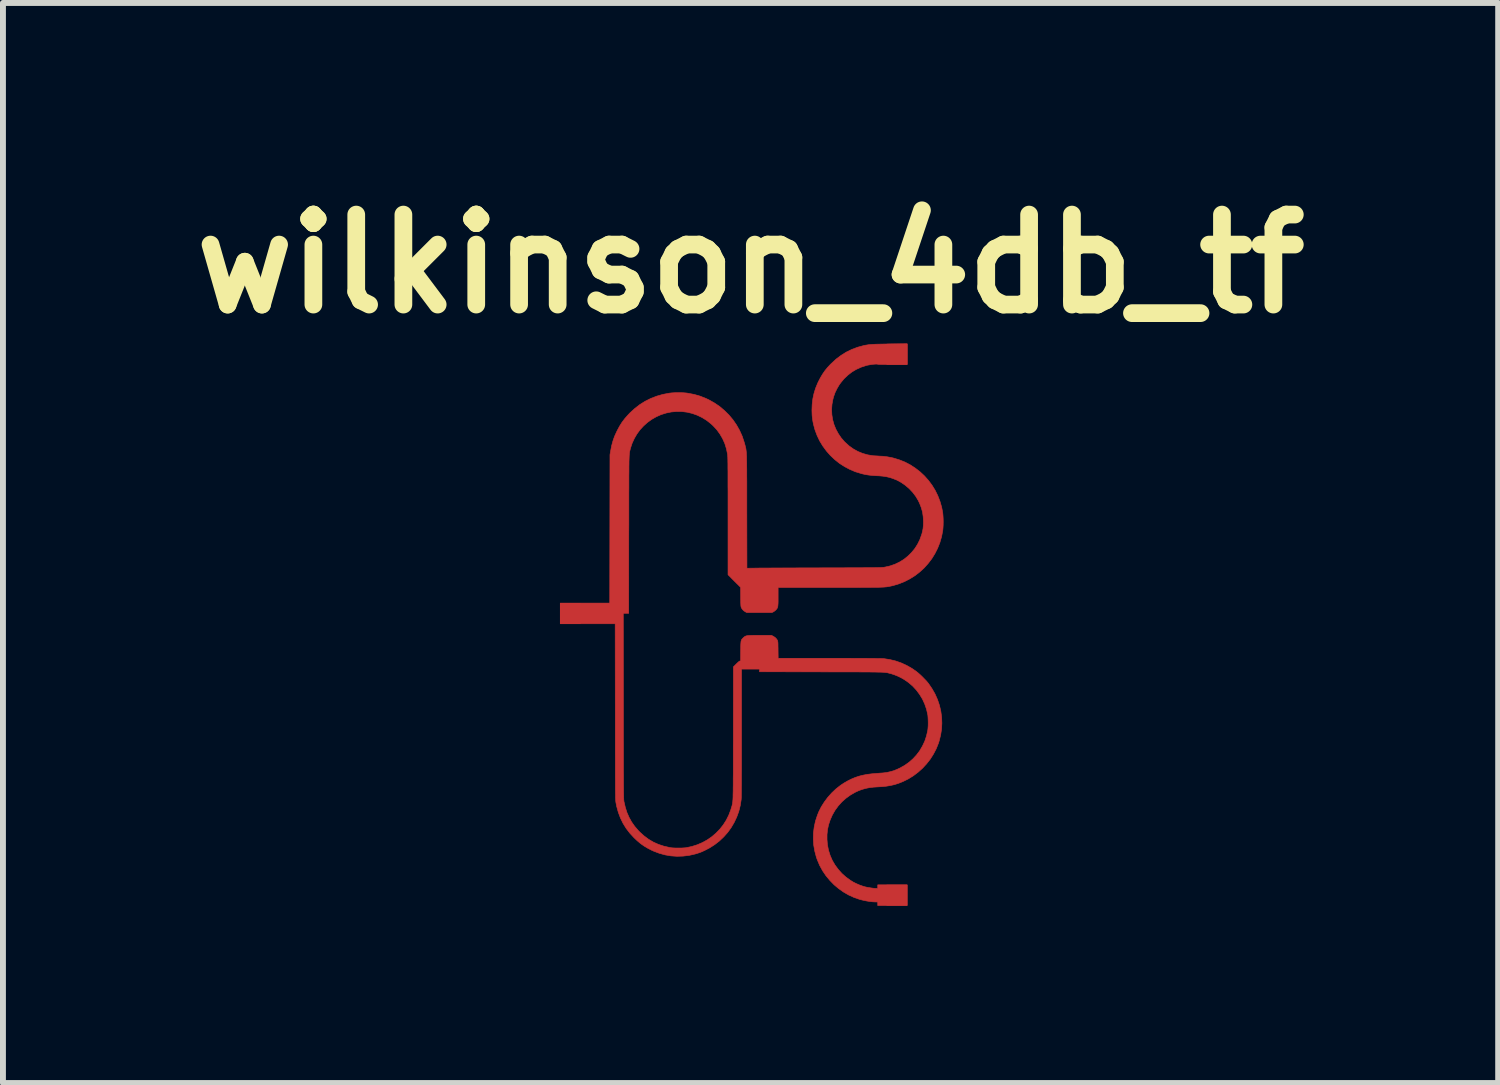
<source format=kicad_pcb>
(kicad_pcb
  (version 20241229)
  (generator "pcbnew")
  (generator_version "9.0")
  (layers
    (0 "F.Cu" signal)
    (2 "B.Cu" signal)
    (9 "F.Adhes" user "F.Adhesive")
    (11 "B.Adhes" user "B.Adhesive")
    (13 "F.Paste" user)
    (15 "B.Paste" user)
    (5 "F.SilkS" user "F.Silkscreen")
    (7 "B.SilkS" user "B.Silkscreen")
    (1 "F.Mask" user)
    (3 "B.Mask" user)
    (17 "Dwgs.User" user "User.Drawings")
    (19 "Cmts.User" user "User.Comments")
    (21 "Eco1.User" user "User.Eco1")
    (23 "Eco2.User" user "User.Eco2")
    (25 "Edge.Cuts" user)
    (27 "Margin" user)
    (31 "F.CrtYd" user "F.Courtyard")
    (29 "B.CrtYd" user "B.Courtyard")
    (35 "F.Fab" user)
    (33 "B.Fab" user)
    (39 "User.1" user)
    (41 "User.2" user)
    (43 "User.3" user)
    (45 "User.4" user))
  (footprint "wilkinson_4db_tf"
    (layer "F.Cu")
    (at 9.674 7.528)
    (property "Reference" "wilkinson_4db_tf" (at -0.015 -6.11 0) (layer "F.SilkS") (effects (font (size 1.524 1.524) (thickness 0.3))))
    (attr through_hole)
    (fp_poly (pts (xy 2.637 -4.405) (xy 2.388 -4.405) (xy 2.323 -4.405) (xy 2.268 -4.406) (xy 2.222 -4.406) (xy 2.186 -4.407) (xy 2.159 -4.408) (xy 2.143 -4.409) (xy 2.137 -4.41) (xy 2.137 -4.41) (xy 2.13 -4.413) (xy 2.115 -4.413) (xy 2.094 -4.412) (xy 2.068 -4.41) (xy 2.04 -4.407) (xy 2.01 -4.402) (xy 1.982 -4.397) (xy 1.956 -4.392) (xy 1.946 -4.389) (xy 1.859 -4.361) (xy 1.777 -4.324) (xy 1.701 -4.279) (xy 1.632 -4.225) (xy 1.568 -4.164) (xy 1.511 -4.095) (xy 1.486 -4.06) (xy 1.448 -3.995) (xy 1.417 -3.931) (xy 1.393 -3.864) (xy 1.38 -3.816) (xy 1.364 -3.729) (xy 1.358 -3.643) (xy 1.362 -3.557) (xy 1.375 -3.473) (xy 1.398 -3.39) (xy 1.43 -3.311) (xy 1.471 -3.235) (xy 1.52 -3.163) (xy 1.578 -3.096) (xy 1.588 -3.087) (xy 1.655 -3.026) (xy 1.727 -2.975) (xy 1.803 -2.933) (xy 1.884 -2.9) (xy 1.969 -2.876) (xy 2.058 -2.861) (xy 2.151 -2.856) (xy 2.156 -2.855) (xy 2.225 -2.852) (xy 2.299 -2.843) (xy 2.375 -2.829) (xy 2.404 -2.822) (xy 2.503 -2.792) (xy 2.599 -2.754) (xy 2.689 -2.707) (xy 2.775 -2.651) (xy 2.855 -2.589) (xy 2.929 -2.52) (xy 2.997 -2.444) (xy 3.058 -2.362) (xy 3.111 -2.276) (xy 3.156 -2.184) (xy 3.193 -2.088) (xy 3.222 -1.988) (xy 3.24 -1.892) (xy 3.244 -1.847) (xy 3.247 -1.796) (xy 3.248 -1.742) (xy 3.247 -1.687) (xy 3.244 -1.636) (xy 3.24 -1.594) (xy 3.22 -1.49) (xy 3.191 -1.39) (xy 3.153 -1.294) (xy 3.107 -1.203) (xy 3.054 -1.117) (xy 2.992 -1.036) (xy 2.924 -0.96) (xy 2.849 -0.892) (xy 2.769 -0.83) (xy 2.682 -0.776) (xy 2.591 -0.729) (xy 2.495 -0.691) (xy 2.395 -0.661) (xy 2.333 -0.648) (xy 2.321 -0.646) (xy 2.309 -0.644) (xy 2.296 -0.642) (xy 2.282 -0.64) (xy 2.267 -0.639) (xy 2.25 -0.637) (xy 2.23 -0.636) (xy 2.207 -0.635) (xy 2.181 -0.634) (xy 2.151 -0.633) (xy 2.116 -0.633) (xy 2.077 -0.632) (xy 2.032 -0.632) (xy 1.982 -0.631) (xy 1.925 -0.631) (xy 1.861 -0.631) (xy 1.79 -0.63) (xy 1.711 -0.63) (xy 1.624 -0.63) (xy 1.529 -0.63) (xy 1.423 -0.63) (xy 1.321 -0.63) (xy 0.452 -0.63) (xy 0.452 -0.476) (xy 0.452 -0.428) (xy 0.452 -0.388) (xy 0.451 -0.357) (xy 0.449 -0.332) (xy 0.447 -0.312) (xy 0.443 -0.296) (xy 0.439 -0.283) (xy 0.432 -0.272) (xy 0.424 -0.262) (xy 0.417 -0.253) (xy 0.401 -0.238) (xy 0.382 -0.224) (xy 0.373 -0.218) (xy 0.348 -0.206) (xy -0.079 -0.206) (xy -0.103 -0.218) (xy -0.134 -0.239) (xy -0.158 -0.267) (xy -0.169 -0.285) (xy -0.172 -0.291) (xy -0.174 -0.298) (xy -0.176 -0.305) (xy -0.178 -0.316) (xy -0.179 -0.329) (xy -0.18 -0.348) (xy -0.181 -0.372) (xy -0.181 -0.403) (xy -0.182 -0.443) (xy -0.182 -0.47) (xy -0.183 -0.633) (xy -0.29 -0.739) (xy -0.396 -0.846) (xy -0.396 -1.839) (xy -0.396 -1.958) (xy -0.396 -2.068) (xy -0.396 -2.169) (xy -0.396 -2.261) (xy -0.397 -2.344) (xy -0.397 -2.42) (xy -0.397 -2.488) (xy -0.397 -2.548) (xy -0.397 -2.602) (xy -0.398 -2.65) (xy -0.398 -2.692) (xy -0.398 -2.729) (xy -0.399 -2.76) (xy -0.399 -2.787) (xy -0.4 -2.81) (xy -0.4 -2.829) (xy -0.401 -2.845) (xy -0.402 -2.858) (xy -0.402 -2.869) (xy -0.403 -2.878) (xy -0.404 -2.885) (xy -0.423 -2.978) (xy -0.45 -3.066) (xy -0.487 -3.149) (xy -0.533 -3.228) (xy -0.587 -3.302) (xy -0.65 -3.37) (xy -0.686 -3.403) (xy -0.758 -3.46) (xy -0.836 -3.508) (xy -0.917 -3.547) (xy -1.001 -3.577) (xy -1.088 -3.598) (xy -1.177 -3.609) (xy -1.267 -3.61) (xy -1.358 -3.602) (xy -1.444 -3.584) (xy -1.53 -3.557) (xy -1.611 -3.521) (xy -1.688 -3.477) (xy -1.76 -3.425) (xy -1.826 -3.366) (xy -1.886 -3.301) (xy -1.938 -3.23) (xy -1.983 -3.153) (xy -2.02 -3.072) (xy -2.048 -2.988) (xy -2.05 -2.977) (xy -2.053 -2.968) (xy -2.055 -2.959) (xy -2.057 -2.951) (xy -2.059 -2.943) (xy -2.061 -2.935) (xy -2.063 -2.926) (xy -2.064 -2.916) (xy -2.066 -2.905) (xy -2.067 -2.892) (xy -2.068 -2.877) (xy -2.069 -2.86) (xy -2.07 -2.84) (xy -2.071 -2.816) (xy -2.072 -2.789) (xy -2.073 -2.758) (xy -2.073 -2.722) (xy -2.074 -2.682) (xy -2.074 -2.637) (xy -2.074 -2.586) (xy -2.075 -2.529) (xy -2.075 -2.465) (xy -2.075 -2.396) (xy -2.075 -2.319) (xy -2.076 -2.234) (xy -2.076 -2.142) (xy -2.076 -2.042) (xy -2.076 -1.933) (xy -2.076 -1.815) (xy -2.076 -1.687) (xy -2.077 -1.55) (xy -2.077 -1.531) (xy -2.078 -0.193) (xy -2.17 -0.193) (xy -2.168 1.378) (xy -2.168 1.529) (xy -2.168 1.669) (xy -2.168 1.8) (xy -2.168 1.923) (xy -2.167 2.036) (xy -2.167 2.141) (xy -2.167 2.237) (xy -2.167 2.326) (xy -2.167 2.407) (xy -2.167 2.482) (xy -2.166 2.549) (xy -2.166 2.611) (xy -2.166 2.666) (xy -2.166 2.715) (xy -2.165 2.759) (xy -2.165 2.798) (xy -2.165 2.832) (xy -2.164 2.862) (xy -2.164 2.888) (xy -2.163 2.91) (xy -2.163 2.929) (xy -2.162 2.945) (xy -2.162 2.958) (xy -2.161 2.968) (xy -2.16 2.977) (xy -2.16 2.984) (xy -2.159 2.99) (xy -2.158 2.995) (xy -2.158 2.995) (xy -2.136 3.091) (xy -2.108 3.18) (xy -2.072 3.262) (xy -2.029 3.34) (xy -1.978 3.413) (xy -1.918 3.483) (xy -1.893 3.509) (xy -1.82 3.575) (xy -1.743 3.633) (xy -1.662 3.681) (xy -1.575 3.72) (xy -1.484 3.75) (xy -1.388 3.772) (xy -1.367 3.776) (xy -1.341 3.779) (xy -1.308 3.781) (xy -1.27 3.782) (xy -1.229 3.782) (xy -1.189 3.782) (xy -1.153 3.78) (xy -1.121 3.778) (xy -1.105 3.776) (xy -1.01 3.756) (xy -0.918 3.727) (xy -0.831 3.69) (xy -0.748 3.644) (xy -0.671 3.591) (xy -0.6 3.53) (xy -0.535 3.463) (xy -0.477 3.39) (xy -0.426 3.31) (xy -0.384 3.226) (xy -0.35 3.137) (xy -0.338 3.096) (xy -0.334 3.084) (xy -0.331 3.074) (xy -0.328 3.064) (xy -0.326 3.054) (xy -0.324 3.044) (xy -0.321 3.034) (xy -0.319 3.023) (xy -0.318 3.011) (xy -0.316 2.996) (xy -0.315 2.98) (xy -0.313 2.961) (xy -0.312 2.939) (xy -0.311 2.913) (xy -0.311 2.884) (xy -0.31 2.85) (xy -0.309 2.812) (xy -0.309 2.768) (xy -0.308 2.719) (xy -0.308 2.664) (xy -0.308 2.602) (xy -0.307 2.534) (xy -0.307 2.458) (xy -0.307 2.375) (xy -0.307 2.284) (xy -0.307 2.184) (xy -0.307 2.075) (xy -0.306 1.957) (xy -0.306 1.837) (xy -0.305 0.714) (xy -0.255 0.664) (xy -0.23 0.64) (xy -0.212 0.624) (xy -0.199 0.616) (xy -0.195 0.615) (xy -0.183 0.615) (xy -0.182 0.448) (xy -0.181 0.4) (xy -0.181 0.36) (xy -0.18 0.329) (xy -0.178 0.304) (xy -0.176 0.284) (xy -0.172 0.269) (xy -0.168 0.257) (xy -0.161 0.246) (xy -0.153 0.237) (xy -0.143 0.227) (xy -0.136 0.22) (xy -0.126 0.211) (xy -0.116 0.203) (xy -0.106 0.197) (xy -0.095 0.192) (xy -0.081 0.188) (xy -0.064 0.185) (xy -0.042 0.183) (xy -0.015 0.182) (xy 0.018 0.181) (xy 0.059 0.18) (xy 0.109 0.18) (xy 0.137 0.18) (xy 0.338 0.18) (xy 0.366 0.194) (xy 0.4 0.215) (xy 0.427 0.243) (xy 0.439 0.262) (xy 0.442 0.268) (xy 0.444 0.275) (xy 0.446 0.284) (xy 0.448 0.295) (xy 0.449 0.311) (xy 0.45 0.332) (xy 0.45 0.36) (xy 0.451 0.397) (xy 0.451 0.426) (xy 0.453 0.569) (xy 1.318 0.569) (xy 1.443 0.569) (xy 1.559 0.569) (xy 1.667 0.569) (xy 1.766 0.57) (xy 1.856 0.57) (xy 1.936 0.57) (xy 2.008 0.571) (xy 2.07 0.571) (xy 2.123 0.572) (xy 2.166 0.572) (xy 2.199 0.573) (xy 2.223 0.574) (xy 2.236 0.574) (xy 2.236 0.574) (xy 2.341 0.59) (xy 2.441 0.614) (xy 2.538 0.648) (xy 2.631 0.691) (xy 2.722 0.743) (xy 2.791 0.791) (xy 2.822 0.816) (xy 2.856 0.846) (xy 2.892 0.88) (xy 2.927 0.916) (xy 2.96 0.95) (xy 2.987 0.982) (xy 2.997 0.994) (xy 3.057 1.082) (xy 3.109 1.173) (xy 3.151 1.268) (xy 3.184 1.365) (xy 3.207 1.464) (xy 3.221 1.565) (xy 3.225 1.666) (xy 3.22 1.767) (xy 3.204 1.869) (xy 3.179 1.969) (xy 3.167 2.007) (xy 3.13 2.1) (xy 3.083 2.19) (xy 3.029 2.276) (xy 2.966 2.356) (xy 2.897 2.431) (xy 2.821 2.499) (xy 2.74 2.56) (xy 2.654 2.613) (xy 2.564 2.657) (xy 2.494 2.685) (xy 2.426 2.707) (xy 2.356 2.723) (xy 2.284 2.735) (xy 2.206 2.743) (xy 2.147 2.746) (xy 2.069 2.751) (xy 2 2.759) (xy 1.936 2.772) (xy 1.876 2.789) (xy 1.817 2.81) (xy 1.759 2.837) (xy 1.677 2.884) (xy 1.601 2.939) (xy 1.532 3) (xy 1.47 3.069) (xy 1.416 3.143) (xy 1.37 3.223) (xy 1.333 3.308) (xy 1.306 3.389) (xy 1.289 3.469) (xy 1.28 3.553) (xy 1.28 3.639) (xy 1.287 3.725) (xy 1.303 3.808) (xy 1.305 3.819) (xy 1.333 3.907) (xy 1.369 3.99) (xy 1.415 4.069) (xy 1.469 4.142) (xy 1.53 4.211) (xy 1.599 4.273) (xy 1.675 4.328) (xy 1.723 4.358) (xy 1.775 4.384) (xy 1.833 4.409) (xy 1.893 4.43) (xy 1.921 4.438) (xy 1.95 4.445) (xy 1.985 4.451) (xy 2.022 4.457) (xy 2.058 4.462) (xy 2.09 4.465) (xy 2.114 4.466) (xy 2.139 4.466) (xy 2.139 4.405) (xy 2.637 4.405) (xy 2.637 4.756) (xy 2.139 4.756) (xy 2.139 4.695) (xy 2.108 4.695) (xy 2.058 4.693) (xy 2.002 4.687) (xy 1.942 4.677) (xy 1.882 4.664) (xy 1.834 4.652) (xy 1.738 4.619) (xy 1.646 4.577) (xy 1.559 4.527) (xy 1.476 4.468) (xy 1.399 4.403) (xy 1.328 4.33) (xy 1.263 4.252) (xy 1.206 4.168) (xy 1.157 4.079) (xy 1.117 3.985) (xy 1.1 3.938) (xy 1.073 3.836) (xy 1.055 3.734) (xy 1.048 3.631) (xy 1.05 3.529) (xy 1.063 3.427) (xy 1.085 3.325) (xy 1.118 3.225) (xy 1.141 3.168) (xy 1.183 3.084) (xy 1.235 3.002) (xy 1.294 2.923) (xy 1.36 2.849) (xy 1.432 2.781) (xy 1.508 2.721) (xy 1.567 2.682) (xy 1.631 2.645) (xy 1.693 2.614) (xy 1.755 2.588) (xy 1.82 2.566) (xy 1.887 2.549) (xy 1.96 2.535) (xy 2.039 2.525) (xy 2.126 2.518) (xy 2.162 2.515) (xy 2.232 2.51) (xy 2.295 2.502) (xy 2.353 2.489) (xy 2.409 2.473) (xy 2.464 2.451) (xy 2.507 2.431) (xy 2.589 2.386) (xy 2.665 2.333) (xy 2.734 2.273) (xy 2.796 2.206) (xy 2.851 2.133) (xy 2.897 2.054) (xy 2.936 1.971) (xy 2.965 1.883) (xy 2.986 1.791) (xy 2.986 1.791) (xy 2.99 1.755) (xy 2.993 1.713) (xy 2.994 1.667) (xy 2.993 1.62) (xy 2.991 1.576) (xy 2.988 1.537) (xy 2.986 1.524) (xy 2.965 1.432) (xy 2.935 1.344) (xy 2.897 1.261) (xy 2.849 1.182) (xy 2.794 1.108) (xy 2.731 1.04) (xy 2.66 0.979) (xy 2.582 0.925) (xy 2.581 0.925) (xy 2.534 0.898) (xy 2.48 0.872) (xy 2.423 0.849) (xy 2.369 0.831) (xy 2.347 0.825) (xy 2.337 0.823) (xy 2.327 0.82) (xy 2.317 0.818) (xy 2.308 0.815) (xy 2.298 0.813) (xy 2.288 0.812) (xy 2.277 0.81) (xy 2.263 0.809) (xy 2.248 0.807) (xy 2.23 0.806) (xy 2.209 0.805) (xy 2.185 0.804) (xy 2.157 0.804) (xy 2.125 0.803) (xy 2.088 0.802) (xy 2.046 0.802) (xy 1.998 0.801) (xy 1.944 0.801) (xy 1.884 0.801) (xy 1.817 0.8) (xy 1.742 0.8) (xy 1.66 0.8) (xy 1.57 0.8) (xy 1.471 0.8) (xy 1.362 0.8) (xy 1.245 0.799) (xy 1.185 0.799) (xy 0.137 0.797) (xy 0.137 0.752) (xy -0.168 0.752) (xy -0.168 1.832) (xy -0.168 1.974) (xy -0.168 2.108) (xy -0.168 2.232) (xy -0.168 2.346) (xy -0.168 2.451) (xy -0.169 2.546) (xy -0.169 2.632) (xy -0.169 2.708) (xy -0.17 2.774) (xy -0.17 2.831) (xy -0.171 2.877) (xy -0.171 2.914) (xy -0.172 2.94) (xy -0.173 2.957) (xy -0.173 2.961) (xy -0.189 3.063) (xy -0.214 3.162) (xy -0.249 3.258) (xy -0.292 3.349) (xy -0.343 3.436) (xy -0.402 3.518) (xy -0.469 3.593) (xy -0.543 3.663) (xy -0.623 3.725) (xy -0.709 3.78) (xy -0.79 3.822) (xy -0.827 3.839) (xy -0.857 3.852) (xy -0.885 3.862) (xy -0.912 3.871) (xy -0.942 3.88) (xy -0.956 3.884) (xy -1.057 3.907) (xy -1.159 3.919) (xy -1.261 3.922) (xy -1.362 3.915) (xy -1.462 3.898) (xy -1.56 3.871) (xy -1.655 3.835) (xy -1.686 3.821) (xy -1.756 3.785) (xy -1.818 3.748) (xy -1.876 3.707) (xy -1.932 3.66) (xy -1.987 3.608) (xy -2.059 3.53) (xy -2.121 3.449) (xy -2.174 3.363) (xy -2.218 3.273) (xy -2.254 3.177) (xy -2.282 3.076) (xy -2.295 3.008) (xy -2.296 3.002) (xy -2.297 2.996) (xy -2.297 2.989) (xy -2.298 2.98) (xy -2.299 2.969) (xy -2.299 2.957) (xy -2.3 2.942) (xy -2.301 2.924) (xy -2.301 2.903) (xy -2.301 2.878) (xy -2.302 2.85) (xy -2.302 2.817) (xy -2.303 2.78) (xy -2.303 2.737) (xy -2.303 2.69) (xy -2.303 2.637) (xy -2.304 2.577) (xy -2.304 2.512) (xy -2.304 2.44) (xy -2.304 2.36) (xy -2.304 2.274) (xy -2.305 2.179) (xy -2.305 2.076) (xy -2.305 1.965) (xy -2.305 1.845) (xy -2.305 1.716) (xy -2.305 1.577) (xy -2.305 1.47) (xy -2.307 -0.015) (xy -3.237 -0.015) (xy -3.237 -0.366) (xy -2.399 -0.366) (xy -2.397 -1.622) (xy -2.395 -2.878) (xy -2.384 -2.942) (xy -2.367 -3.03) (xy -2.345 -3.111) (xy -2.318 -3.188) (xy -2.284 -3.263) (xy -2.271 -3.29) (xy -2.232 -3.362) (xy -2.19 -3.429) (xy -2.143 -3.491) (xy -2.089 -3.552) (xy -2.057 -3.586) (xy -1.976 -3.66) (xy -1.891 -3.726) (xy -1.8 -3.783) (xy -1.704 -3.831) (xy -1.603 -3.87) (xy -1.498 -3.9) (xy -1.392 -3.92) (xy -1.35 -3.925) (xy -1.302 -3.928) (xy -1.249 -3.929) (xy -1.196 -3.929) (xy -1.145 -3.927) (xy -1.099 -3.923) (xy -1.08 -3.92) (xy -0.973 -3.9) (xy -0.871 -3.871) (xy -0.772 -3.832) (xy -0.721 -3.808) (xy -0.627 -3.755) (xy -0.538 -3.695) (xy -0.457 -3.626) (xy -0.381 -3.551) (xy -0.313 -3.47) (xy -0.253 -3.383) (xy -0.201 -3.291) (xy -0.157 -3.194) (xy -0.123 -3.092) (xy -0.114 -3.061) (xy -0.11 -3.046) (xy -0.106 -3.032) (xy -0.103 -3.018) (xy -0.1 -3.006) (xy -0.097 -2.994) (xy -0.094 -2.981) (xy -0.092 -2.967) (xy -0.09 -2.952) (xy -0.088 -2.936) (xy -0.086 -2.917) (xy -0.085 -2.896) (xy -0.084 -2.871) (xy -0.082 -2.843) (xy -0.082 -2.811) (xy -0.081 -2.774) (xy -0.08 -2.732) (xy -0.08 -2.685) (xy -0.079 -2.632) (xy -0.079 -2.573) (xy -0.079 -2.506) (xy -0.078 -2.433) (xy -0.078 -2.351) (xy -0.078 -2.261) (xy -0.078 -2.163) (xy -0.078 -2.055) (xy -0.078 -1.938) (xy -0.078 -1.922) (xy -0.076 -0.956) (xy 0.083 -0.958) (xy 0.104 -0.958) (xy 0.135 -0.959) (xy 0.175 -0.959) (xy 0.224 -0.959) (xy 0.28 -0.959) (xy 0.343 -0.96) (xy 0.413 -0.96) (xy 0.489 -0.96) (xy 0.57 -0.961) (xy 0.656 -0.961) (xy 0.746 -0.961) (xy 0.839 -0.962) (xy 0.936 -0.962) (xy 1.035 -0.962) (xy 1.136 -0.962) (xy 1.222 -0.963) (xy 1.339 -0.963) (xy 1.447 -0.963) (xy 1.546 -0.963) (xy 1.635 -0.964) (xy 1.717 -0.964) (xy 1.79 -0.964) (xy 1.856 -0.964) (xy 1.915 -0.965) (xy 1.967 -0.965) (xy 2.013 -0.965) (xy 2.054 -0.966) (xy 2.089 -0.966) (xy 2.119 -0.967) (xy 2.145 -0.967) (xy 2.168 -0.968) (xy 2.186 -0.968) (xy 2.202 -0.969) (xy 2.215 -0.97) (xy 2.227 -0.971) (xy 2.236 -0.971) (xy 2.244 -0.972) (xy 2.252 -0.974) (xy 2.259 -0.975) (xy 2.261 -0.975) (xy 2.348 -0.995) (xy 2.432 -1.024) (xy 2.51 -1.062) (xy 2.583 -1.107) (xy 2.65 -1.161) (xy 2.711 -1.221) (xy 2.766 -1.288) (xy 2.813 -1.361) (xy 2.852 -1.44) (xy 2.882 -1.524) (xy 2.888 -1.543) (xy 2.899 -1.588) (xy 2.907 -1.631) (xy 2.911 -1.676) (xy 2.913 -1.727) (xy 2.913 -1.743) (xy 2.909 -1.826) (xy 2.898 -1.905) (xy 2.877 -1.98) (xy 2.848 -2.055) (xy 2.825 -2.103) (xy 2.781 -2.176) (xy 2.729 -2.244) (xy 2.67 -2.306) (xy 2.605 -2.361) (xy 2.536 -2.409) (xy 2.462 -2.449) (xy 2.451 -2.453) (xy 2.396 -2.475) (xy 2.341 -2.493) (xy 2.284 -2.506) (xy 2.224 -2.515) (xy 2.157 -2.521) (xy 2.124 -2.522) (xy 2.058 -2.526) (xy 1.999 -2.532) (xy 1.943 -2.54) (xy 1.888 -2.552) (xy 1.861 -2.559) (xy 1.762 -2.589) (xy 1.667 -2.629) (xy 1.577 -2.677) (xy 1.491 -2.732) (xy 1.411 -2.796) (xy 1.337 -2.866) (xy 1.27 -2.942) (xy 1.209 -3.025) (xy 1.156 -3.112) (xy 1.112 -3.204) (xy 1.076 -3.3) (xy 1.05 -3.397) (xy 1.04 -3.448) (xy 1.033 -3.495) (xy 1.028 -3.543) (xy 1.026 -3.595) (xy 1.025 -3.635) (xy 1.029 -3.733) (xy 1.04 -3.825) (xy 1.059 -3.914) (xy 1.086 -4.002) (xy 1.122 -4.09) (xy 1.138 -4.123) (xy 1.172 -4.188) (xy 1.207 -4.246) (xy 1.245 -4.301) (xy 1.288 -4.354) (xy 1.338 -4.408) (xy 1.354 -4.423) (xy 1.434 -4.497) (xy 1.519 -4.561) (xy 1.607 -4.616) (xy 1.7 -4.661) (xy 1.798 -4.698) (xy 1.9 -4.726) (xy 1.91 -4.728) (xy 1.933 -4.733) (xy 1.955 -4.736) (xy 1.978 -4.74) (xy 2.003 -4.743) (xy 2.03 -4.745) (xy 2.061 -4.747) (xy 2.096 -4.749) (xy 2.138 -4.75) (xy 2.185 -4.751) (xy 2.241 -4.752) (xy 2.305 -4.753) (xy 2.35 -4.754) (xy 2.637 -4.757) (xy 2.637 -4.405)) (stroke (width 0.01) (type solid)) (fill yes) (layer "F.Cu"))
    (pad "1" smd rect (at -3.065 -0.19) (size 0.352 0.352) (layers "F.Cu"))
    (pad "2" smd rect (at 2.467 -4.58) (size 0.352 0.352) (layers "F.Cu"))
    (pad "3" smd rect (at 2.465 4.58) (size 0.352 0.352) (layers "F.Cu")))
  (gr_rect
    (start -3 -3)
    (end 22.319 15.289)
    (stroke (width 0.1) (type default))
    (fill no)
    (layer "Edge.Cuts")))
</source>
